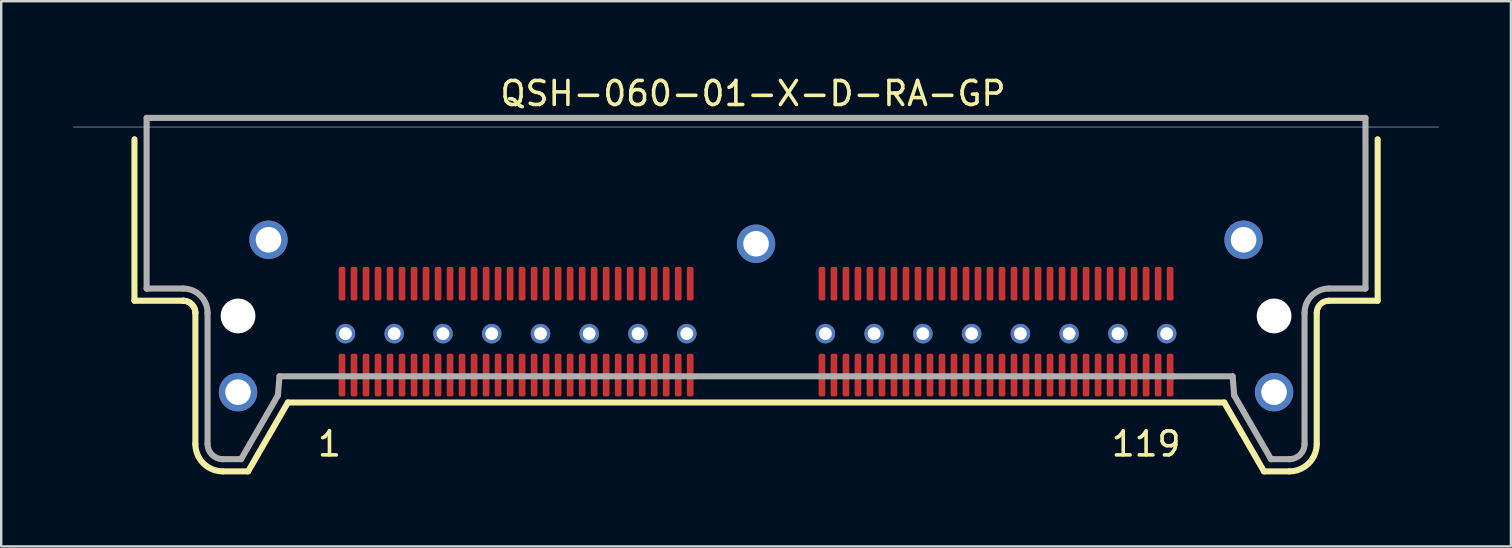
<source format=kicad_pcb>
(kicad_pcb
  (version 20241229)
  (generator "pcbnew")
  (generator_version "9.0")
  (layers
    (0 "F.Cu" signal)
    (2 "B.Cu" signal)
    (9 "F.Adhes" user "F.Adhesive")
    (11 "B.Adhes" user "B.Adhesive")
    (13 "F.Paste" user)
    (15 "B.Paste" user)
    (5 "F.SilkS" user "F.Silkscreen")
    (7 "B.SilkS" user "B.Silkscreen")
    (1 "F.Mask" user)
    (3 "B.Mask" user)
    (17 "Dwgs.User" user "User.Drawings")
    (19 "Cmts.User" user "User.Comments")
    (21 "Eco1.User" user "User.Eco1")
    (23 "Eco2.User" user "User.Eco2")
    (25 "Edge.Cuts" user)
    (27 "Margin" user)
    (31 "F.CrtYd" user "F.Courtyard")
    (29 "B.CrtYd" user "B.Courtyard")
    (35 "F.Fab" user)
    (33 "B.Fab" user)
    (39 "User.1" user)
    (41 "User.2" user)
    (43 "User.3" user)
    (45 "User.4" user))
  (footprint "QSH-060-01-X-D-RA-GP"
    (layer "F.Cu")
    (at 28.461 2.245)
    (property "Reference" "QSH-060-01-X-D-RA-GP" (at -0.127 -1.397 0) (layer "F.SilkS") (effects (font (size 1 1) (thickness 0.15))))
    (attr smd)
    (fp_line (start -25.908 0.508) (end -25.908 7.239) (stroke (width 0.254) (type solid)) (layer "F.SilkS"))
    (fp_line (start -25.908 7.239) (end -23.876 7.239) (stroke (width 0.254) (type solid)) (layer "F.SilkS"))
    (fp_line (start -23.368 7.747) (end -23.368 13.208) (stroke (width 0.254) (type solid)) (layer "F.SilkS"))
    (fp_line (start -22.225 14.351) (end -21.17 14.351) (stroke (width 0.254) (type solid)) (layer "F.SilkS"))
    (fp_line (start -21.17 14.351) (end -19.513 11.481) (stroke (width 0.254) (type solid)) (layer "F.SilkS"))
    (fp_line (start -19.513 11.481) (end 19.513 11.481) (stroke (width 0.254) (type solid)) (layer "F.SilkS"))
    (fp_line (start 19.513 11.481) (end 21.17 14.351) (stroke (width 0.254) (type solid)) (layer "F.SilkS"))
    (fp_line (start 21.17 14.351) (end 22.225 14.351) (stroke (width 0.254) (type solid)) (layer "F.SilkS"))
    (fp_line (start 23.368 13.208) (end 23.368 7.747) (stroke (width 0.254) (type solid)) (layer "F.SilkS"))
    (fp_line (start 25.908 0.508) (end 25.908 7.239) (stroke (width 0.254) (type solid)) (layer "F.SilkS"))
    (fp_line (start 25.908 7.239) (end 23.876 7.239) (stroke (width 0.254) (type solid)) (layer "F.SilkS"))
    (fp_arc (start -23.8761 7.239) (mid -23.51689 7.38779) (end -23.3681 7.747) (stroke (width 0.254) (type solid)) (layer "F.SilkS"))
    (fp_arc (start -23.8761 7.239) (mid -23.51689 7.38779) (end -23.3681 7.747) (stroke (width 0.254) (type solid)) (layer "F.SilkS"))
    (fp_arc (start -22.2251 14.351) (mid -23.033323 14.016223) (end -23.3681 13.208) (stroke (width 0.254) (type solid)) (layer "F.SilkS"))
    (fp_arc (start 23.3681 7.747) (mid 23.51689 7.38779) (end 23.8761 7.239) (stroke (width 0.254) (type solid)) (layer "F.SilkS"))
    (fp_arc (start 23.3681 13.208) (mid 23.033323 14.016223) (end 22.2251 14.351) (stroke (width 0.254) (type solid)) (layer "F.SilkS"))
    (fp_poly (pts (xy -17.939 7.493) (xy -16.288 7.493) (xy -16.288 9.22) (xy -17.939 9.22)) (stroke (width 0.254) (type solid)) (fill yes) (layer "F.Paste"))
    (fp_poly (pts (xy -15.907 7.493) (xy -14.256 7.493) (xy -14.256 9.22) (xy -15.907 9.22)) (stroke (width 0.254) (type solid)) (fill yes) (layer "F.Paste"))
    (fp_poly (pts (xy -13.875 7.493) (xy -12.224 7.493) (xy -12.224 9.22) (xy -13.875 9.22)) (stroke (width 0.254) (type solid)) (fill yes) (layer "F.Paste"))
    (fp_poly (pts (xy -11.843 7.493) (xy -10.192 7.493) (xy -10.192 9.22) (xy -11.843 9.22)) (stroke (width 0.254) (type solid)) (fill yes) (layer "F.Paste"))
    (fp_poly (pts (xy -9.811 7.493) (xy -8.16 7.493) (xy -8.16 9.22) (xy -9.811 9.22)) (stroke (width 0.254) (type solid)) (fill yes) (layer "F.Paste"))
    (fp_poly (pts (xy -7.779 7.493) (xy -6.128 7.493) (xy -6.128 9.22) (xy -7.779 9.22)) (stroke (width 0.254) (type solid)) (fill yes) (layer "F.Paste"))
    (fp_poly (pts (xy -5.747 7.493) (xy -4.096 7.493) (xy -4.096 9.22) (xy -5.747 9.22)) (stroke (width 0.254) (type solid)) (fill yes) (layer "F.Paste"))
    (fp_poly (pts (xy -3.715 7.493) (xy -2.064 7.493) (xy -2.064 9.22) (xy -3.715 9.22)) (stroke (width 0.254) (type solid)) (fill yes) (layer "F.Paste"))
    (fp_poly (pts (xy 2.064 7.493) (xy 3.715 7.493) (xy 3.715 9.22) (xy 2.064 9.22)) (stroke (width 0.254) (type solid)) (fill yes) (layer "F.Paste"))
    (fp_poly (pts (xy 4.096 7.493) (xy 5.747 7.493) (xy 5.747 9.22) (xy 4.096 9.22)) (stroke (width 0.254) (type solid)) (fill yes) (layer "F.Paste"))
    (fp_poly (pts (xy 6.128 7.493) (xy 7.779 7.493) (xy 7.779 9.22) (xy 6.128 9.22)) (stroke (width 0.254) (type solid)) (fill yes) (layer "F.Paste"))
    (fp_poly (pts (xy 8.16 7.493) (xy 9.811 7.493) (xy 9.811 9.22) (xy 8.16 9.22)) (stroke (width 0.254) (type solid)) (fill yes) (layer "F.Paste"))
    (fp_poly (pts (xy 10.192 7.493) (xy 11.843 7.493) (xy 11.843 9.22) (xy 10.192 9.22)) (stroke (width 0.254) (type solid)) (fill yes) (layer "F.Paste"))
    (fp_poly (pts (xy 12.224 7.493) (xy 13.875 7.493) (xy 13.875 9.22) (xy 12.224 9.22)) (stroke (width 0.254) (type solid)) (fill yes) (layer "F.Paste"))
    (fp_poly (pts (xy 14.256 7.493) (xy 15.907 7.493) (xy 15.907 9.22) (xy 14.256 9.22)) (stroke (width 0.254) (type solid)) (fill yes) (layer "F.Paste"))
    (fp_poly (pts (xy 16.288 7.493) (xy 17.939 7.493) (xy 17.939 9.22) (xy 16.288 9.22)) (stroke (width 0.254) (type solid)) (fill yes) (layer "F.Paste"))
    (fp_poly (pts (xy -22.568 11.049) (xy -22.567 10.998) (xy -22.563 10.947) (xy -22.556 10.896) (xy -22.547 10.846) (xy -22.535 10.796) (xy -22.52 10.747) (xy -22.503 10.699) (xy -22.483 10.651) (xy -22.461 10.605) (xy -22.437 10.56) (xy -22.41 10.516) (xy -22.381 10.474) (xy -22.35 10.434) (xy -22.317 10.395) (xy -22.281 10.358) (xy -22.244 10.322) (xy -22.205 10.289) (xy -22.165 10.258) (xy -22.123 10.229) (xy -22.079 10.202) (xy -22.034 10.178) (xy -21.988 10.156) (xy -21.94 10.136) (xy -21.892 10.119) (xy -21.843 10.104) (xy -21.793 10.092) (xy -21.743 10.083) (xy -21.692 10.076) (xy -21.641 10.072) (xy -21.59 10.071) (xy -21.539 10.072) (xy -21.488 10.076) (xy -21.437 10.083) (xy -21.387 10.092) (xy -21.337 10.104) (xy -21.288 10.119) (xy -21.24 10.136) (xy -21.192 10.156) (xy -21.146 10.178) (xy -21.101 10.202) (xy -21.057 10.229) (xy -21.015 10.258) (xy -20.975 10.289) (xy -20.936 10.322) (xy -20.899 10.358) (xy -20.863 10.395) (xy -20.83 10.434) (xy -20.799 10.474) (xy -20.77 10.516) (xy -20.743 10.56) (xy -20.719 10.605) (xy -20.697 10.651) (xy -20.677 10.699) (xy -20.66 10.747) (xy -20.645 10.796) (xy -20.633 10.846) (xy -20.624 10.896) (xy -20.617 10.947) (xy -20.613 10.998) (xy -20.612 11.049) (xy -20.613 11.1) (xy -20.617 11.151) (xy -20.624 11.202) (xy -20.633 11.252) (xy -20.645 11.302) (xy -20.66 11.351) (xy -20.677 11.399) (xy -20.697 11.447) (xy -20.719 11.493) (xy -20.743 11.538) (xy -20.77 11.582) (xy -20.799 11.624) (xy -20.83 11.664) (xy -20.863 11.703) (xy -20.899 11.74) (xy -20.936 11.776) (xy -20.975 11.809) (xy -21.015 11.84) (xy -21.057 11.869) (xy -21.101 11.896) (xy -21.146 11.92) (xy -21.192 11.942) (xy -21.24 11.962) (xy -21.288 11.979) (xy -21.337 11.994) (xy -21.387 12.006) (xy -21.437 12.015) (xy -21.488 12.022) (xy -21.539 12.026) (xy -21.59 12.027) (xy -21.641 12.026) (xy -21.692 12.022) (xy -21.743 12.015) (xy -21.793 12.006) (xy -21.843 11.994) (xy -21.892 11.979) (xy -21.94 11.962) (xy -21.988 11.942) (xy -22.034 11.92) (xy -22.079 11.896) (xy -22.123 11.869) (xy -22.165 11.84) (xy -22.205 11.809) (xy -22.244 11.776) (xy -22.281 11.74) (xy -22.317 11.703) (xy -22.35 11.664) (xy -22.381 11.624) (xy -22.41 11.582) (xy -22.437 11.538) (xy -22.461 11.493) (xy -22.483 11.447) (xy -22.503 11.399) (xy -22.52 11.351) (xy -22.535 11.302) (xy -22.547 11.252) (xy -22.556 11.202) (xy -22.563 11.151) (xy -22.567 11.1) (xy -22.568 11.049) (xy -22.568 11.049)) (stroke (width 0.254) (type solid)) (fill yes) (layer "F.Paste"))
    (fp_poly (pts (xy -21.298 4.699) (xy -21.297 4.648) (xy -21.293 4.597) (xy -21.286 4.546) (xy -21.277 4.496) (xy -21.265 4.446) (xy -21.25 4.397) (xy -21.233 4.349) (xy -21.213 4.301) (xy -21.191 4.255) (xy -21.167 4.21) (xy -21.14 4.166) (xy -21.111 4.124) (xy -21.08 4.084) (xy -21.047 4.045) (xy -21.011 4.008) (xy -20.974 3.972) (xy -20.935 3.939) (xy -20.895 3.908) (xy -20.853 3.879) (xy -20.809 3.852) (xy -20.764 3.828) (xy -20.718 3.806) (xy -20.67 3.786) (xy -20.622 3.769) (xy -20.573 3.754) (xy -20.523 3.742) (xy -20.473 3.733) (xy -20.422 3.726) (xy -20.371 3.722) (xy -20.32 3.721) (xy -20.269 3.722) (xy -20.218 3.726) (xy -20.167 3.733) (xy -20.117 3.742) (xy -20.067 3.754) (xy -20.018 3.769) (xy -19.97 3.786) (xy -19.922 3.806) (xy -19.876 3.828) (xy -19.831 3.852) (xy -19.787 3.879) (xy -19.745 3.908) (xy -19.705 3.939) (xy -19.666 3.972) (xy -19.629 4.008) (xy -19.593 4.045) (xy -19.56 4.084) (xy -19.529 4.124) (xy -19.5 4.166) (xy -19.473 4.21) (xy -19.449 4.255) (xy -19.427 4.301) (xy -19.407 4.349) (xy -19.39 4.397) (xy -19.375 4.446) (xy -19.363 4.496) (xy -19.354 4.546) (xy -19.347 4.597) (xy -19.343 4.648) (xy -19.342 4.699) (xy -19.343 4.75) (xy -19.347 4.801) (xy -19.354 4.852) (xy -19.363 4.902) (xy -19.375 4.952) (xy -19.39 5.001) (xy -19.407 5.049) (xy -19.427 5.097) (xy -19.449 5.143) (xy -19.473 5.188) (xy -19.5 5.232) (xy -19.529 5.274) (xy -19.56 5.314) (xy -19.593 5.353) (xy -19.629 5.39) (xy -19.666 5.426) (xy -19.705 5.459) (xy -19.745 5.49) (xy -19.787 5.519) (xy -19.831 5.546) (xy -19.876 5.57) (xy -19.922 5.592) (xy -19.97 5.612) (xy -20.018 5.629) (xy -20.067 5.644) (xy -20.117 5.656) (xy -20.167 5.665) (xy -20.218 5.672) (xy -20.269 5.676) (xy -20.32 5.677) (xy -20.371 5.676) (xy -20.422 5.672) (xy -20.473 5.665) (xy -20.523 5.656) (xy -20.573 5.644) (xy -20.622 5.629) (xy -20.67 5.612) (xy -20.718 5.592) (xy -20.764 5.57) (xy -20.809 5.546) (xy -20.853 5.519) (xy -20.895 5.49) (xy -20.935 5.459) (xy -20.974 5.426) (xy -21.011 5.39) (xy -21.047 5.353) (xy -21.08 5.314) (xy -21.111 5.274) (xy -21.14 5.232) (xy -21.167 5.188) (xy -21.191 5.143) (xy -21.213 5.097) (xy -21.233 5.049) (xy -21.25 5.001) (xy -21.265 4.952) (xy -21.277 4.902) (xy -21.286 4.852) (xy -21.293 4.801) (xy -21.297 4.75) (xy -21.298 4.699) (xy -21.298 4.699)) (stroke (width 0.254) (type solid)) (fill yes) (layer "F.Paste"))
    (fp_poly (pts (xy -0.978 4.864) (xy -0.977 4.813) (xy -0.973 4.762) (xy -0.966 4.711) (xy -0.957 4.661) (xy -0.945 4.611) (xy -0.93 4.562) (xy -0.913 4.514) (xy -0.893 4.466) (xy -0.871 4.42) (xy -0.847 4.375) (xy -0.82 4.331) (xy -0.791 4.289) (xy -0.76 4.249) (xy -0.727 4.21) (xy -0.691 4.173) (xy -0.654 4.137) (xy -0.615 4.104) (xy -0.575 4.073) (xy -0.533 4.044) (xy -0.489 4.017) (xy -0.444 3.993) (xy -0.398 3.971) (xy -0.35 3.951) (xy -0.302 3.934) (xy -0.253 3.92) (xy -0.203 3.908) (xy -0.153 3.898) (xy -0.102 3.892) (xy -0.051 3.888) (xy 0 3.886) (xy 0.051 3.888) (xy 0.102 3.892) (xy 0.153 3.898) (xy 0.203 3.908) (xy 0.253 3.92) (xy 0.302 3.934) (xy 0.35 3.951) (xy 0.398 3.971) (xy 0.444 3.993) (xy 0.489 4.017) (xy 0.533 4.044) (xy 0.575 4.073) (xy 0.615 4.104) (xy 0.654 4.137) (xy 0.691 4.173) (xy 0.727 4.21) (xy 0.76 4.249) (xy 0.791 4.289) (xy 0.82 4.331) (xy 0.847 4.375) (xy 0.871 4.42) (xy 0.893 4.466) (xy 0.913 4.514) (xy 0.93 4.562) (xy 0.945 4.611) (xy 0.957 4.661) (xy 0.966 4.711) (xy 0.973 4.762) (xy 0.977 4.813) (xy 0.978 4.864) (xy 0.977 4.915) (xy 0.973 4.966) (xy 0.966 5.017) (xy 0.957 5.067) (xy 0.945 5.117) (xy 0.93 5.166) (xy 0.913 5.215) (xy 0.893 5.262) (xy 0.871 5.308) (xy 0.847 5.353) (xy 0.82 5.397) (xy 0.791 5.439) (xy 0.76 5.48) (xy 0.727 5.518) (xy 0.691 5.556) (xy 0.654 5.591) (xy 0.615 5.624) (xy 0.575 5.655) (xy 0.533 5.684) (xy 0.489 5.711) (xy 0.444 5.735) (xy 0.398 5.757) (xy 0.35 5.777) (xy 0.302 5.794) (xy 0.253 5.809) (xy 0.203 5.821) (xy 0.153 5.83) (xy 0.102 5.837) (xy 0.051 5.841) (xy 0 5.842) (xy -0.051 5.841) (xy -0.102 5.837) (xy -0.153 5.83) (xy -0.203 5.821) (xy -0.253 5.809) (xy -0.302 5.794) (xy -0.35 5.777) (xy -0.398 5.757) (xy -0.444 5.735) (xy -0.489 5.711) (xy -0.533 5.684) (xy -0.575 5.655) (xy -0.615 5.624) (xy -0.654 5.591) (xy -0.691 5.556) (xy -0.727 5.518) (xy -0.76 5.48) (xy -0.791 5.439) (xy -0.82 5.397) (xy -0.847 5.353) (xy -0.871 5.308) (xy -0.893 5.262) (xy -0.913 5.215) (xy -0.93 5.166) (xy -0.945 5.117) (xy -0.957 5.067) (xy -0.966 5.017) (xy -0.973 4.966) (xy -0.977 4.915) (xy -0.978 4.864) (xy -0.978 4.864)) (stroke (width 0.254) (type solid)) (fill yes) (layer "F.Paste"))
    (fp_poly (pts (xy 19.342 4.699) (xy 19.343 4.648) (xy 19.347 4.597) (xy 19.354 4.546) (xy 19.363 4.496) (xy 19.375 4.446) (xy 19.39 4.397) (xy 19.407 4.349) (xy 19.427 4.301) (xy 19.449 4.255) (xy 19.473 4.21) (xy 19.5 4.166) (xy 19.529 4.124) (xy 19.56 4.084) (xy 19.593 4.045) (xy 19.629 4.008) (xy 19.666 3.972) (xy 19.705 3.939) (xy 19.745 3.908) (xy 19.787 3.879) (xy 19.831 3.852) (xy 19.876 3.828) (xy 19.922 3.806) (xy 19.97 3.786) (xy 20.018 3.769) (xy 20.067 3.754) (xy 20.117 3.742) (xy 20.167 3.733) (xy 20.218 3.726) (xy 20.269 3.722) (xy 20.32 3.721) (xy 20.371 3.722) (xy 20.422 3.726) (xy 20.473 3.733) (xy 20.523 3.742) (xy 20.573 3.754) (xy 20.622 3.769) (xy 20.67 3.786) (xy 20.718 3.806) (xy 20.764 3.828) (xy 20.809 3.852) (xy 20.853 3.879) (xy 20.895 3.908) (xy 20.935 3.939) (xy 20.974 3.972) (xy 21.011 4.008) (xy 21.047 4.045) (xy 21.08 4.084) (xy 21.111 4.124) (xy 21.14 4.166) (xy 21.167 4.21) (xy 21.191 4.255) (xy 21.213 4.301) (xy 21.233 4.349) (xy 21.25 4.397) (xy 21.265 4.446) (xy 21.277 4.496) (xy 21.286 4.546) (xy 21.293 4.597) (xy 21.297 4.648) (xy 21.298 4.699) (xy 21.297 4.75) (xy 21.293 4.801) (xy 21.286 4.852) (xy 21.277 4.902) (xy 21.265 4.952) (xy 21.25 5.001) (xy 21.233 5.049) (xy 21.213 5.097) (xy 21.191 5.143) (xy 21.167 5.188) (xy 21.14 5.232) (xy 21.111 5.274) (xy 21.08 5.314) (xy 21.047 5.353) (xy 21.011 5.39) (xy 20.974 5.426) (xy 20.935 5.459) (xy 20.895 5.49) (xy 20.853 5.519) (xy 20.809 5.546) (xy 20.764 5.57) (xy 20.718 5.592) (xy 20.67 5.612) (xy 20.622 5.629) (xy 20.573 5.644) (xy 20.523 5.656) (xy 20.473 5.665) (xy 20.422 5.672) (xy 20.371 5.676) (xy 20.32 5.677) (xy 20.269 5.676) (xy 20.218 5.672) (xy 20.167 5.665) (xy 20.117 5.656) (xy 20.067 5.644) (xy 20.018 5.629) (xy 19.97 5.612) (xy 19.922 5.592) (xy 19.876 5.57) (xy 19.831 5.546) (xy 19.787 5.519) (xy 19.745 5.49) (xy 19.705 5.459) (xy 19.666 5.426) (xy 19.629 5.39) (xy 19.593 5.353) (xy 19.56 5.314) (xy 19.529 5.274) (xy 19.5 5.232) (xy 19.473 5.188) (xy 19.449 5.143) (xy 19.427 5.097) (xy 19.407 5.049) (xy 19.39 5.001) (xy 19.375 4.952) (xy 19.363 4.902) (xy 19.354 4.852) (xy 19.347 4.801) (xy 19.343 4.75) (xy 19.342 4.699) (xy 19.342 4.699)) (stroke (width 0.254) (type solid)) (fill yes) (layer "F.Paste"))
    (fp_poly (pts (xy 20.612 11.049) (xy 20.613 10.998) (xy 20.617 10.947) (xy 20.624 10.896) (xy 20.633 10.846) (xy 20.645 10.796) (xy 20.66 10.747) (xy 20.677 10.699) (xy 20.697 10.651) (xy 20.719 10.605) (xy 20.743 10.56) (xy 20.77 10.516) (xy 20.799 10.474) (xy 20.83 10.434) (xy 20.863 10.395) (xy 20.899 10.358) (xy 20.936 10.322) (xy 20.975 10.289) (xy 21.015 10.258) (xy 21.057 10.229) (xy 21.101 10.202) (xy 21.146 10.178) (xy 21.192 10.156) (xy 21.24 10.136) (xy 21.288 10.119) (xy 21.337 10.104) (xy 21.387 10.092) (xy 21.437 10.083) (xy 21.488 10.076) (xy 21.539 10.072) (xy 21.59 10.071) (xy 21.641 10.072) (xy 21.692 10.076) (xy 21.743 10.083) (xy 21.793 10.092) (xy 21.843 10.104) (xy 21.892 10.119) (xy 21.94 10.136) (xy 21.988 10.156) (xy 22.034 10.178) (xy 22.079 10.202) (xy 22.123 10.229) (xy 22.165 10.258) (xy 22.205 10.289) (xy 22.244 10.322) (xy 22.281 10.358) (xy 22.317 10.395) (xy 22.35 10.434) (xy 22.381 10.474) (xy 22.41 10.516) (xy 22.437 10.56) (xy 22.461 10.605) (xy 22.483 10.651) (xy 22.503 10.699) (xy 22.52 10.747) (xy 22.535 10.796) (xy 22.547 10.846) (xy 22.556 10.896) (xy 22.563 10.947) (xy 22.567 10.998) (xy 22.568 11.049) (xy 22.567 11.1) (xy 22.563 11.151) (xy 22.556 11.202) (xy 22.547 11.252) (xy 22.535 11.302) (xy 22.52 11.351) (xy 22.503 11.399) (xy 22.483 11.447) (xy 22.461 11.493) (xy 22.437 11.538) (xy 22.41 11.582) (xy 22.381 11.624) (xy 22.35 11.664) (xy 22.317 11.703) (xy 22.281 11.74) (xy 22.244 11.776) (xy 22.205 11.809) (xy 22.165 11.84) (xy 22.123 11.869) (xy 22.079 11.896) (xy 22.034 11.92) (xy 21.988 11.942) (xy 21.94 11.962) (xy 21.892 11.979) (xy 21.843 11.994) (xy 21.793 12.006) (xy 21.743 12.015) (xy 21.692 12.022) (xy 21.641 12.026) (xy 21.59 12.027) (xy 21.539 12.026) (xy 21.488 12.022) (xy 21.437 12.015) (xy 21.387 12.006) (xy 21.337 11.994) (xy 21.288 11.979) (xy 21.24 11.962) (xy 21.192 11.942) (xy 21.146 11.92) (xy 21.101 11.896) (xy 21.057 11.869) (xy 21.015 11.84) (xy 20.975 11.809) (xy 20.936 11.776) (xy 20.899 11.74) (xy 20.863 11.703) (xy 20.83 11.664) (xy 20.799 11.624) (xy 20.77 11.582) (xy 20.743 11.538) (xy 20.719 11.493) (xy 20.697 11.447) (xy 20.677 11.399) (xy 20.66 11.351) (xy 20.645 11.302) (xy 20.633 11.252) (xy 20.624 11.202) (xy 20.617 11.151) (xy 20.613 11.1) (xy 20.612 11.049) (xy 20.612 11.049)) (stroke (width 0.254) (type solid)) (fill yes) (layer "F.Paste"))
    (fp_line (start 28.448 0) (end -28.448 0) (stroke (width 0.025) (type solid)) (layer "Dwgs.User"))
    (fp_line (start -25.4 -0.381) (end 25.4 -0.381) (stroke (width 0.254) (type solid)) (layer "F.Fab"))
    (fp_line (start -25.4 6.731) (end -25.4 -0.381) (stroke (width 0.254) (type solid)) (layer "F.Fab"))
    (fp_line (start -23.876 6.731) (end -25.4 6.731) (stroke (width 0.254) (type solid)) (layer "F.Fab"))
    (fp_line (start -22.86 7.747) (end -22.86 13.208) (stroke (width 0.254) (type solid)) (layer "F.Fab"))
    (fp_line (start -22.225 13.843) (end -21.463 13.843) (stroke (width 0.254) (type solid)) (layer "F.Fab"))
    (fp_line (start -21.463 13.843) (end -19.929 11.186) (stroke (width 0.254) (type solid)) (layer "F.Fab"))
    (fp_line (start -19.929 11.186) (end -19.862 10.389) (stroke (width 0.254) (type solid)) (layer "F.Fab"))
    (fp_line (start -19.862 10.389) (end 17.392 10.389) (stroke (width 0.254) (type solid)) (layer "F.Fab"))
    (fp_line (start 17.392 10.389) (end 19.862 10.389) (stroke (width 0.254) (type solid)) (layer "F.Fab"))
    (fp_line (start 19.862 10.389) (end 19.929 11.186) (stroke (width 0.254) (type solid)) (layer "F.Fab"))
    (fp_line (start 19.929 11.186) (end 21.463 13.843) (stroke (width 0.254) (type solid)) (layer "F.Fab"))
    (fp_line (start 21.463 13.843) (end 22.225 13.843) (stroke (width 0.254) (type solid)) (layer "F.Fab"))
    (fp_line (start 22.86 13.208) (end 22.86 7.747) (stroke (width 0.254) (type solid)) (layer "F.Fab"))
    (fp_line (start 25.4 -0.381) (end 25.4 6.731) (stroke (width 0.254) (type solid)) (layer "F.Fab"))
    (fp_line (start 25.4 6.731) (end 23.876 6.731) (stroke (width 0.254) (type solid)) (layer "F.Fab"))
    (fp_arc (start -23.8761 6.731) (mid -23.15768 7.02858) (end -22.8601 7.747) (stroke (width 0.254) (type solid)) (layer "F.Fab"))
    (fp_arc (start -22.2251 13.843) (mid -22.674113 13.657013) (end -22.8601 13.208) (stroke (width 0.254) (type solid)) (layer "F.Fab"))
    (fp_arc (start 22.8601 7.747) (mid 23.15768 7.02858) (end 23.8761 6.731) (stroke (width 0.254) (type solid)) (layer "F.Fab"))
    (fp_arc (start 22.8601 13.208) (mid 22.674113 13.657013) (end 22.2251 13.843) (stroke (width 0.254) (type solid)) (layer "F.Fab"))
    (fp_text user "1" (at -17.78 13.208 0) (layer "F.SilkS") (effects (font (size 1 1) (thickness 0.15))))
    (fp_text user "119" (at 16.256 13.208 0) (layer "F.SilkS") (effects (font (size 1 1) (thickness 0.15))))
    (pad "" np_thru_hole circle (at -21.59 7.874) (size 1.448 1.448) (drill 1.448) (layers "*.Cu" "*.Mask"))
    (pad "" np_thru_hole circle (at 21.59 7.874) (size 1.448 1.448) (drill 1.448) (layers "*.Cu" "*.Mask"))
    (pad "1" smd roundrect (at -17.257 10.338) (size 0.279 1.778) (layers "F.Cu" "F.Mask" "F.Paste") (roundrect_rratio 0.25))
    (pad "2" smd roundrect (at -17.257 6.528) (size 0.279 1.397) (layers "F.Cu" "F.Mask" "F.Paste") (roundrect_rratio 0.25))
    (pad "3" smd roundrect (at -16.756 10.338) (size 0.279 1.778) (layers "F.Cu" "F.Mask" "F.Paste") (roundrect_rratio 0.25))
    (pad "4" smd roundrect (at -16.756 6.528) (size 0.279 1.397) (layers "F.Cu" "F.Mask" "F.Paste") (roundrect_rratio 0.25))
    (pad "5" smd roundrect (at -16.256 10.338) (size 0.279 1.778) (layers "F.Cu" "F.Mask" "F.Paste") (roundrect_rratio 0.25))
    (pad "6" smd roundrect (at -16.256 6.528) (size 0.279 1.397) (layers "F.Cu" "F.Mask" "F.Paste") (roundrect_rratio 0.25))
    (pad "7" smd roundrect (at -15.755 10.338) (size 0.279 1.778) (layers "F.Cu" "F.Mask" "F.Paste") (roundrect_rratio 0.25))
    (pad "8" smd roundrect (at -15.755 6.528) (size 0.279 1.397) (layers "F.Cu" "F.Mask" "F.Paste") (roundrect_rratio 0.25))
    (pad "9" smd roundrect (at -15.255 10.338) (size 0.279 1.778) (layers "F.Cu" "F.Mask" "F.Paste") (roundrect_rratio 0.25))
    (pad "10" smd roundrect (at -15.255 6.528) (size 0.279 1.397) (layers "F.Cu" "F.Mask" "F.Paste") (roundrect_rratio 0.25))
    (pad "11" smd roundrect (at -14.755 10.338) (size 0.279 1.778) (layers "F.Cu" "F.Mask" "F.Paste") (roundrect_rratio 0.25))
    (pad "12" smd roundrect (at -14.755 6.528) (size 0.279 1.397) (layers "F.Cu" "F.Mask" "F.Paste") (roundrect_rratio 0.25))
    (pad "13" smd roundrect (at -14.254 10.338) (size 0.279 1.778) (layers "F.Cu" "F.Mask" "F.Paste") (roundrect_rratio 0.25))
    (pad "14" smd roundrect (at -14.254 6.528) (size 0.279 1.397) (layers "F.Cu" "F.Mask" "F.Paste") (roundrect_rratio 0.25))
    (pad "15" smd roundrect (at -13.754 10.338) (size 0.279 1.778) (layers "F.Cu" "F.Mask" "F.Paste") (roundrect_rratio 0.25))
    (pad "16" smd roundrect (at -13.754 6.528) (size 0.279 1.397) (layers "F.Cu" "F.Mask" "F.Paste") (roundrect_rratio 0.25))
    (pad "17" smd roundrect (at -13.254 10.338) (size 0.279 1.778) (layers "F.Cu" "F.Mask" "F.Paste") (roundrect_rratio 0.25))
    (pad "18" smd roundrect (at -13.254 6.528) (size 0.279 1.397) (layers "F.Cu" "F.Mask" "F.Paste") (roundrect_rratio 0.25))
    (pad "19" smd roundrect (at -12.753 10.338) (size 0.279 1.778) (layers "F.Cu" "F.Mask" "F.Paste") (roundrect_rratio 0.25))
    (pad "20" smd roundrect (at -12.753 6.528) (size 0.279 1.397) (layers "F.Cu" "F.Mask" "F.Paste") (roundrect_rratio 0.25))
    (pad "21" smd roundrect (at -12.253 10.338) (size 0.279 1.778) (layers "F.Cu" "F.Mask" "F.Paste") (roundrect_rratio 0.25))
    (pad "22" smd roundrect (at -12.253 6.528) (size 0.279 1.397) (layers "F.Cu" "F.Mask" "F.Paste") (roundrect_rratio 0.25))
    (pad "23" smd roundrect (at -11.752 10.338) (size 0.279 1.778) (layers "F.Cu" "F.Mask" "F.Paste") (roundrect_rratio 0.25))
    (pad "24" smd roundrect (at -11.752 6.528) (size 0.279 1.397) (layers "F.Cu" "F.Mask" "F.Paste") (roundrect_rratio 0.25))
    (pad "25" smd roundrect (at -11.252 10.338) (size 0.279 1.778) (layers "F.Cu" "F.Mask" "F.Paste") (roundrect_rratio 0.25))
    (pad "26" smd roundrect (at -11.252 6.528) (size 0.279 1.397) (layers "F.Cu" "F.Mask" "F.Paste") (roundrect_rratio 0.25))
    (pad "27" smd roundrect (at -10.752 10.338) (size 0.279 1.778) (layers "F.Cu" "F.Mask" "F.Paste") (roundrect_rratio 0.25))
    (pad "28" smd roundrect (at -10.752 6.528) (size 0.279 1.397) (layers "F.Cu" "F.Mask" "F.Paste") (roundrect_rratio 0.25))
    (pad "29" smd roundrect (at -10.251 10.338) (size 0.279 1.778) (layers "F.Cu" "F.Mask" "F.Paste") (roundrect_rratio 0.25))
    (pad "30" smd roundrect (at -10.251 6.528) (size 0.279 1.397) (layers "F.Cu" "F.Mask" "F.Paste") (roundrect_rratio 0.25))
    (pad "31" smd roundrect (at -9.751 10.338) (size 0.279 1.778) (layers "F.Cu" "F.Mask" "F.Paste") (roundrect_rratio 0.25))
    (pad "32" smd roundrect (at -9.751 6.528) (size 0.279 1.397) (layers "F.Cu" "F.Mask" "F.Paste") (roundrect_rratio 0.25))
    (pad "33" smd roundrect (at -9.251 10.338) (size 0.279 1.778) (layers "F.Cu" "F.Mask" "F.Paste") (roundrect_rratio 0.25))
    (pad "34" smd roundrect (at -9.251 6.528) (size 0.279 1.397) (layers "F.Cu" "F.Mask" "F.Paste") (roundrect_rratio 0.25))
    (pad "35" smd roundrect (at -8.75 10.338) (size 0.279 1.778) (layers "F.Cu" "F.Mask" "F.Paste") (roundrect_rratio 0.25))
    (pad "36" smd roundrect (at -8.75 6.528) (size 0.279 1.397) (layers "F.Cu" "F.Mask" "F.Paste") (roundrect_rratio 0.25))
    (pad "37" smd roundrect (at -8.25 10.338) (size 0.279 1.778) (layers "F.Cu" "F.Mask" "F.Paste") (roundrect_rratio 0.25))
    (pad "38" smd roundrect (at -8.25 6.528) (size 0.279 1.397) (layers "F.Cu" "F.Mask" "F.Paste") (roundrect_rratio 0.25))
    (pad "39" smd roundrect (at -7.75 10.338) (size 0.279 1.778) (layers "F.Cu" "F.Mask" "F.Paste") (roundrect_rratio 0.25))
    (pad "40" smd roundrect (at -7.75 6.528) (size 0.279 1.397) (layers "F.Cu" "F.Mask" "F.Paste") (roundrect_rratio 0.25))
    (pad "41" smd roundrect (at -7.249 10.338) (size 0.279 1.778) (layers "F.Cu" "F.Mask" "F.Paste") (roundrect_rratio 0.25))
    (pad "42" smd roundrect (at -7.249 6.528) (size 0.279 1.397) (layers "F.Cu" "F.Mask" "F.Paste") (roundrect_rratio 0.25))
    (pad "43" smd roundrect (at -6.749 10.338) (size 0.279 1.778) (layers "F.Cu" "F.Mask" "F.Paste") (roundrect_rratio 0.25))
    (pad "44" smd roundrect (at -6.749 6.528) (size 0.279 1.397) (layers "F.Cu" "F.Mask" "F.Paste") (roundrect_rratio 0.25))
    (pad "45" smd roundrect (at -6.248 10.338) (size 0.279 1.778) (layers "F.Cu" "F.Mask" "F.Paste") (roundrect_rratio 0.25))
    (pad "46" smd roundrect (at -6.248 6.528) (size 0.279 1.397) (layers "F.Cu" "F.Mask" "F.Paste") (roundrect_rratio 0.25))
    (pad "47" smd roundrect (at -5.748 10.338) (size 0.279 1.778) (layers "F.Cu" "F.Mask" "F.Paste") (roundrect_rratio 0.25))
    (pad "48" smd roundrect (at -5.748 6.528) (size 0.279 1.397) (layers "F.Cu" "F.Mask" "F.Paste") (roundrect_rratio 0.25))
    (pad "49" smd roundrect (at -5.248 10.338) (size 0.279 1.778) (layers "F.Cu" "F.Mask" "F.Paste") (roundrect_rratio 0.25))
    (pad "50" smd roundrect (at -5.248 6.528) (size 0.279 1.397) (layers "F.Cu" "F.Mask" "F.Paste") (roundrect_rratio 0.25))
    (pad "51" smd roundrect (at -4.747 10.338) (size 0.279 1.778) (layers "F.Cu" "F.Mask" "F.Paste") (roundrect_rratio 0.25))
    (pad "52" smd roundrect (at -4.747 6.528) (size 0.279 1.397) (layers "F.Cu" "F.Mask" "F.Paste") (roundrect_rratio 0.25))
    (pad "53" smd roundrect (at -4.247 10.338) (size 0.279 1.778) (layers "F.Cu" "F.Mask" "F.Paste") (roundrect_rratio 0.25))
    (pad "54" smd roundrect (at -4.247 6.528) (size 0.279 1.397) (layers "F.Cu" "F.Mask" "F.Paste") (roundrect_rratio 0.25))
    (pad "55" smd roundrect (at -3.747 10.338) (size 0.279 1.778) (layers "F.Cu" "F.Mask" "F.Paste") (roundrect_rratio 0.25))
    (pad "56" smd roundrect (at -3.747 6.528) (size 0.279 1.397) (layers "F.Cu" "F.Mask" "F.Paste") (roundrect_rratio 0.25))
    (pad "57" smd roundrect (at -3.246 10.338) (size 0.279 1.778) (layers "F.Cu" "F.Mask" "F.Paste") (roundrect_rratio 0.25))
    (pad "58" smd roundrect (at -3.246 6.528) (size 0.279 1.397) (layers "F.Cu" "F.Mask" "F.Paste") (roundrect_rratio 0.25))
    (pad "59" smd roundrect (at -2.746 10.338) (size 0.279 1.778) (layers "F.Cu" "F.Mask" "F.Paste") (roundrect_rratio 0.25))
    (pad "60" smd roundrect (at -2.746 6.528) (size 0.279 1.397) (layers "F.Cu" "F.Mask" "F.Paste") (roundrect_rratio 0.25))
    (pad "61" smd roundrect (at 2.746 10.338) (size 0.279 1.778) (layers "F.Cu" "F.Mask" "F.Paste") (roundrect_rratio 0.25))
    (pad "62" smd roundrect (at 2.746 6.528) (size 0.279 1.397) (layers "F.Cu" "F.Mask" "F.Paste") (roundrect_rratio 0.25))
    (pad "63" smd roundrect (at 3.246 10.338) (size 0.279 1.778) (layers "F.Cu" "F.Mask" "F.Paste") (roundrect_rratio 0.25))
    (pad "64" smd roundrect (at 3.246 6.528) (size 0.279 1.397) (layers "F.Cu" "F.Mask" "F.Paste") (roundrect_rratio 0.25))
    (pad "65" smd roundrect (at 3.747 10.338) (size 0.279 1.778) (layers "F.Cu" "F.Mask" "F.Paste") (roundrect_rratio 0.25))
    (pad "66" smd roundrect (at 3.747 6.528) (size 0.279 1.397) (layers "F.Cu" "F.Mask" "F.Paste") (roundrect_rratio 0.25))
    (pad "67" smd roundrect (at 4.247 10.338) (size 0.279 1.778) (layers "F.Cu" "F.Mask" "F.Paste") (roundrect_rratio 0.25))
    (pad "68" smd roundrect (at 4.247 6.528) (size 0.279 1.397) (layers "F.Cu" "F.Mask" "F.Paste") (roundrect_rratio 0.25))
    (pad "69" smd roundrect (at 4.747 10.338) (size 0.279 1.778) (layers "F.Cu" "F.Mask" "F.Paste") (roundrect_rratio 0.25))
    (pad "70" smd roundrect (at 4.747 6.528) (size 0.279 1.397) (layers "F.Cu" "F.Mask" "F.Paste") (roundrect_rratio 0.25))
    (pad "71" smd roundrect (at 5.248 10.338) (size 0.279 1.778) (layers "F.Cu" "F.Mask" "F.Paste") (roundrect_rratio 0.25))
    (pad "72" smd roundrect (at 5.248 6.528) (size 0.279 1.397) (layers "F.Cu" "F.Mask" "F.Paste") (roundrect_rratio 0.25))
    (pad "73" smd roundrect (at 5.748 10.338) (size 0.279 1.778) (layers "F.Cu" "F.Mask" "F.Paste") (roundrect_rratio 0.25))
    (pad "74" smd roundrect (at 5.748 6.528) (size 0.279 1.397) (layers "F.Cu" "F.Mask" "F.Paste") (roundrect_rratio 0.25))
    (pad "75" smd roundrect (at 6.248 10.338) (size 0.279 1.778) (layers "F.Cu" "F.Mask" "F.Paste") (roundrect_rratio 0.25))
    (pad "76" smd roundrect (at 6.248 6.528) (size 0.279 1.397) (layers "F.Cu" "F.Mask" "F.Paste") (roundrect_rratio 0.25))
    (pad "77" smd roundrect (at 6.749 10.338) (size 0.279 1.778) (layers "F.Cu" "F.Mask" "F.Paste") (roundrect_rratio 0.25))
    (pad "78" smd roundrect (at 6.749 6.528) (size 0.279 1.397) (layers "F.Cu" "F.Mask" "F.Paste") (roundrect_rratio 0.25))
    (pad "79" smd roundrect (at 7.249 10.338) (size 0.279 1.778) (layers "F.Cu" "F.Mask" "F.Paste") (roundrect_rratio 0.25))
    (pad "80" smd roundrect (at 7.249 6.528) (size 0.279 1.397) (layers "F.Cu" "F.Mask" "F.Paste") (roundrect_rratio 0.25))
    (pad "81" smd roundrect (at 7.75 10.338) (size 0.279 1.778) (layers "F.Cu" "F.Mask" "F.Paste") (roundrect_rratio 0.25))
    (pad "82" smd roundrect (at 7.75 6.528) (size 0.279 1.397) (layers "F.Cu" "F.Mask" "F.Paste") (roundrect_rratio 0.25))
    (pad "83" smd roundrect (at 8.25 10.338) (size 0.279 1.778) (layers "F.Cu" "F.Mask" "F.Paste") (roundrect_rratio 0.25))
    (pad "84" smd roundrect (at 8.25 6.528) (size 0.279 1.397) (layers "F.Cu" "F.Mask" "F.Paste") (roundrect_rratio 0.25))
    (pad "85" smd roundrect (at 8.75 10.338) (size 0.279 1.778) (layers "F.Cu" "F.Mask" "F.Paste") (roundrect_rratio 0.25))
    (pad "86" smd roundrect (at 8.75 6.528) (size 0.279 1.397) (layers "F.Cu" "F.Mask" "F.Paste") (roundrect_rratio 0.25))
    (pad "87" smd roundrect (at 9.251 10.338) (size 0.279 1.778) (layers "F.Cu" "F.Mask" "F.Paste") (roundrect_rratio 0.25))
    (pad "88" smd roundrect (at 9.251 6.528) (size 0.279 1.397) (layers "F.Cu" "F.Mask" "F.Paste") (roundrect_rratio 0.25))
    (pad "89" smd roundrect (at 9.751 10.338) (size 0.279 1.778) (layers "F.Cu" "F.Mask" "F.Paste") (roundrect_rratio 0.25))
    (pad "90" smd roundrect (at 9.751 6.528) (size 0.279 1.397) (layers "F.Cu" "F.Mask" "F.Paste") (roundrect_rratio 0.25))
    (pad "91" smd roundrect (at 10.252 10.338) (size 0.279 1.778) (layers "F.Cu" "F.Mask" "F.Paste") (roundrect_rratio 0.25))
    (pad "92" smd roundrect (at 10.252 6.528) (size 0.279 1.397) (layers "F.Cu" "F.Mask" "F.Paste") (roundrect_rratio 0.25))
    (pad "93" smd roundrect (at 10.752 10.338) (size 0.279 1.778) (layers "F.Cu" "F.Mask" "F.Paste") (roundrect_rratio 0.25))
    (pad "94" smd roundrect (at 10.752 6.528) (size 0.279 1.397) (layers "F.Cu" "F.Mask" "F.Paste") (roundrect_rratio 0.25))
    (pad "95" smd roundrect (at 11.252 10.338) (size 0.279 1.778) (layers "F.Cu" "F.Mask" "F.Paste") (roundrect_rratio 0.25))
    (pad "96" smd roundrect (at 11.252 6.528) (size 0.279 1.397) (layers "F.Cu" "F.Mask" "F.Paste") (roundrect_rratio 0.25))
    (pad "97" smd roundrect (at 11.753 10.338) (size 0.279 1.778) (layers "F.Cu" "F.Mask" "F.Paste") (roundrect_rratio 0.25))
    (pad "98" smd roundrect (at 11.753 6.528) (size 0.279 1.397) (layers "F.Cu" "F.Mask" "F.Paste") (roundrect_rratio 0.25))
    (pad "99" smd roundrect (at 12.253 10.338) (size 0.279 1.778) (layers "F.Cu" "F.Mask" "F.Paste") (roundrect_rratio 0.25))
    (pad "100" smd roundrect (at 12.253 6.528) (size 0.279 1.397) (layers "F.Cu" "F.Mask" "F.Paste") (roundrect_rratio 0.25))
    (pad "101" smd roundrect (at 12.753 10.338) (size 0.279 1.778) (layers "F.Cu" "F.Mask" "F.Paste") (roundrect_rratio 0.25))
    (pad "102" smd roundrect (at 12.753 6.528) (size 0.279 1.397) (layers "F.Cu" "F.Mask" "F.Paste") (roundrect_rratio 0.25))
    (pad "103" smd roundrect (at 13.254 10.338) (size 0.279 1.778) (layers "F.Cu" "F.Mask" "F.Paste") (roundrect_rratio 0.25))
    (pad "104" smd roundrect (at 13.254 6.528) (size 0.279 1.397) (layers "F.Cu" "F.Mask" "F.Paste") (roundrect_rratio 0.25))
    (pad "105" smd roundrect (at 13.754 10.338) (size 0.279 1.778) (layers "F.Cu" "F.Mask" "F.Paste") (roundrect_rratio 0.25))
    (pad "106" smd roundrect (at 13.754 6.528) (size 0.279 1.397) (layers "F.Cu" "F.Mask" "F.Paste") (roundrect_rratio 0.25))
    (pad "107" smd roundrect (at 14.255 10.338) (size 0.279 1.778) (layers "F.Cu" "F.Mask" "F.Paste") (roundrect_rratio 0.25))
    (pad "108" smd roundrect (at 14.255 6.528) (size 0.279 1.397) (layers "F.Cu" "F.Mask" "F.Paste") (roundrect_rratio 0.25))
    (pad "109" smd roundrect (at 14.755 10.338) (size 0.279 1.778) (layers "F.Cu" "F.Mask" "F.Paste") (roundrect_rratio 0.25))
    (pad "110" smd roundrect (at 14.755 6.528) (size 0.279 1.397) (layers "F.Cu" "F.Mask" "F.Paste") (roundrect_rratio 0.25))
    (pad "111" smd roundrect (at 15.255 10.338) (size 0.279 1.778) (layers "F.Cu" "F.Mask" "F.Paste") (roundrect_rratio 0.25))
    (pad "112" smd roundrect (at 15.255 6.528) (size 0.279 1.397) (layers "F.Cu" "F.Mask" "F.Paste") (roundrect_rratio 0.25))
    (pad "113" smd roundrect (at 15.756 10.338) (size 0.279 1.778) (layers "F.Cu" "F.Mask" "F.Paste") (roundrect_rratio 0.25))
    (pad "114" smd roundrect (at 15.756 6.528) (size 0.279 1.397) (layers "F.Cu" "F.Mask" "F.Paste") (roundrect_rratio 0.25))
    (pad "115" smd roundrect (at 16.256 10.338) (size 0.279 1.778) (layers "F.Cu" "F.Mask" "F.Paste") (roundrect_rratio 0.25))
    (pad "116" smd roundrect (at 16.256 6.528) (size 0.279 1.397) (layers "F.Cu" "F.Mask" "F.Paste") (roundrect_rratio 0.25))
    (pad "117" smd roundrect (at 16.756 10.338) (size 0.279 1.778) (layers "F.Cu" "F.Mask" "F.Paste") (roundrect_rratio 0.25))
    (pad "118" smd roundrect (at 16.756 6.528) (size 0.279 1.397) (layers "F.Cu" "F.Mask" "F.Paste") (roundrect_rratio 0.25))
    (pad "119" smd roundrect (at 17.257 10.338) (size 0.279 1.778) (layers "F.Cu" "F.Mask" "F.Paste") (roundrect_rratio 0.25))
    (pad "120" smd roundrect (at 17.257 6.528) (size 0.279 1.397) (layers "F.Cu" "F.Mask" "F.Paste") (roundrect_rratio 0.25))
    (pad "GND" thru_hole circle (at -21.59 11.049) (size 1.6 1.6) (drill 1.067) (layers "*.Cu" "*.Mask"))
    (pad "GND" thru_hole circle (at -20.32 4.699) (size 1.6 1.6) (drill 1.067) (layers "*.Cu" "*.Mask"))
    (pad "GND" thru_hole circle (at -17.113 8.611) (size 0.813 0.813) (drill 0.533) (layers "*.Cu" "*.Mask"))
    (pad "GND" thru_hole circle (at -15.081 8.611) (size 0.813 0.813) (drill 0.533) (layers "*.Cu" "*.Mask"))
    (pad "GND" thru_hole circle (at -13.049 8.611) (size 0.813 0.813) (drill 0.533) (layers "*.Cu" "*.Mask"))
    (pad "GND" thru_hole circle (at -11.017 8.611) (size 0.813 0.813) (drill 0.533) (layers "*.Cu" "*.Mask"))
    (pad "GND" thru_hole circle (at -8.985 8.611) (size 0.813 0.813) (drill 0.533) (layers "*.Cu" "*.Mask"))
    (pad "GND" thru_hole circle (at -6.953 8.611) (size 0.813 0.813) (drill 0.533) (layers "*.Cu" "*.Mask"))
    (pad "GND" thru_hole circle (at -4.921 8.611) (size 0.813 0.813) (drill 0.533) (layers "*.Cu" "*.Mask"))
    (pad "GND" thru_hole circle (at -2.889 8.611) (size 0.813 0.813) (drill 0.533) (layers "*.Cu" "*.Mask"))
    (pad "GND" thru_hole circle (at 0 4.864) (size 1.6 1.6) (drill 1.067) (layers "*.Cu" "*.Mask"))
    (pad "GND" thru_hole circle (at 2.889 8.611) (size 0.813 0.813) (drill 0.533) (layers "*.Cu" "*.Mask"))
    (pad "GND" thru_hole circle (at 4.921 8.611) (size 0.813 0.813) (drill 0.533) (layers "*.Cu" "*.Mask"))
    (pad "GND" thru_hole circle (at 6.953 8.611) (size 0.813 0.813) (drill 0.533) (layers "*.Cu" "*.Mask"))
    (pad "GND" thru_hole circle (at 8.985 8.611) (size 0.813 0.813) (drill 0.533) (layers "*.Cu" "*.Mask"))
    (pad "GND" thru_hole circle (at 11.017 8.611) (size 0.813 0.813) (drill 0.533) (layers "*.Cu" "*.Mask"))
    (pad "GND" thru_hole circle (at 13.049 8.611) (size 0.813 0.813) (drill 0.533) (layers "*.Cu" "*.Mask"))
    (pad "GND" thru_hole circle (at 15.081 8.611) (size 0.813 0.813) (drill 0.533) (layers "*.Cu" "*.Mask"))
    (pad "GND" thru_hole circle (at 17.113 8.611) (size 0.813 0.813) (drill 0.533) (layers "*.Cu" "*.Mask"))
    (pad "GND" thru_hole circle (at 20.32 4.699) (size 1.6 1.6) (drill 1.067) (layers "*.Cu" "*.Mask"))
    (pad "GND" thru_hole circle (at 21.59 11.049) (size 1.6 1.6) (drill 1.067) (layers "*.Cu" "*.Mask")))
  (gr_rect
    (start -3 -3)
    (end 59.922 19.723)
    (stroke (width 0.1) (type default))
    (fill no)
    (layer "Edge.Cuts")))
</source>
